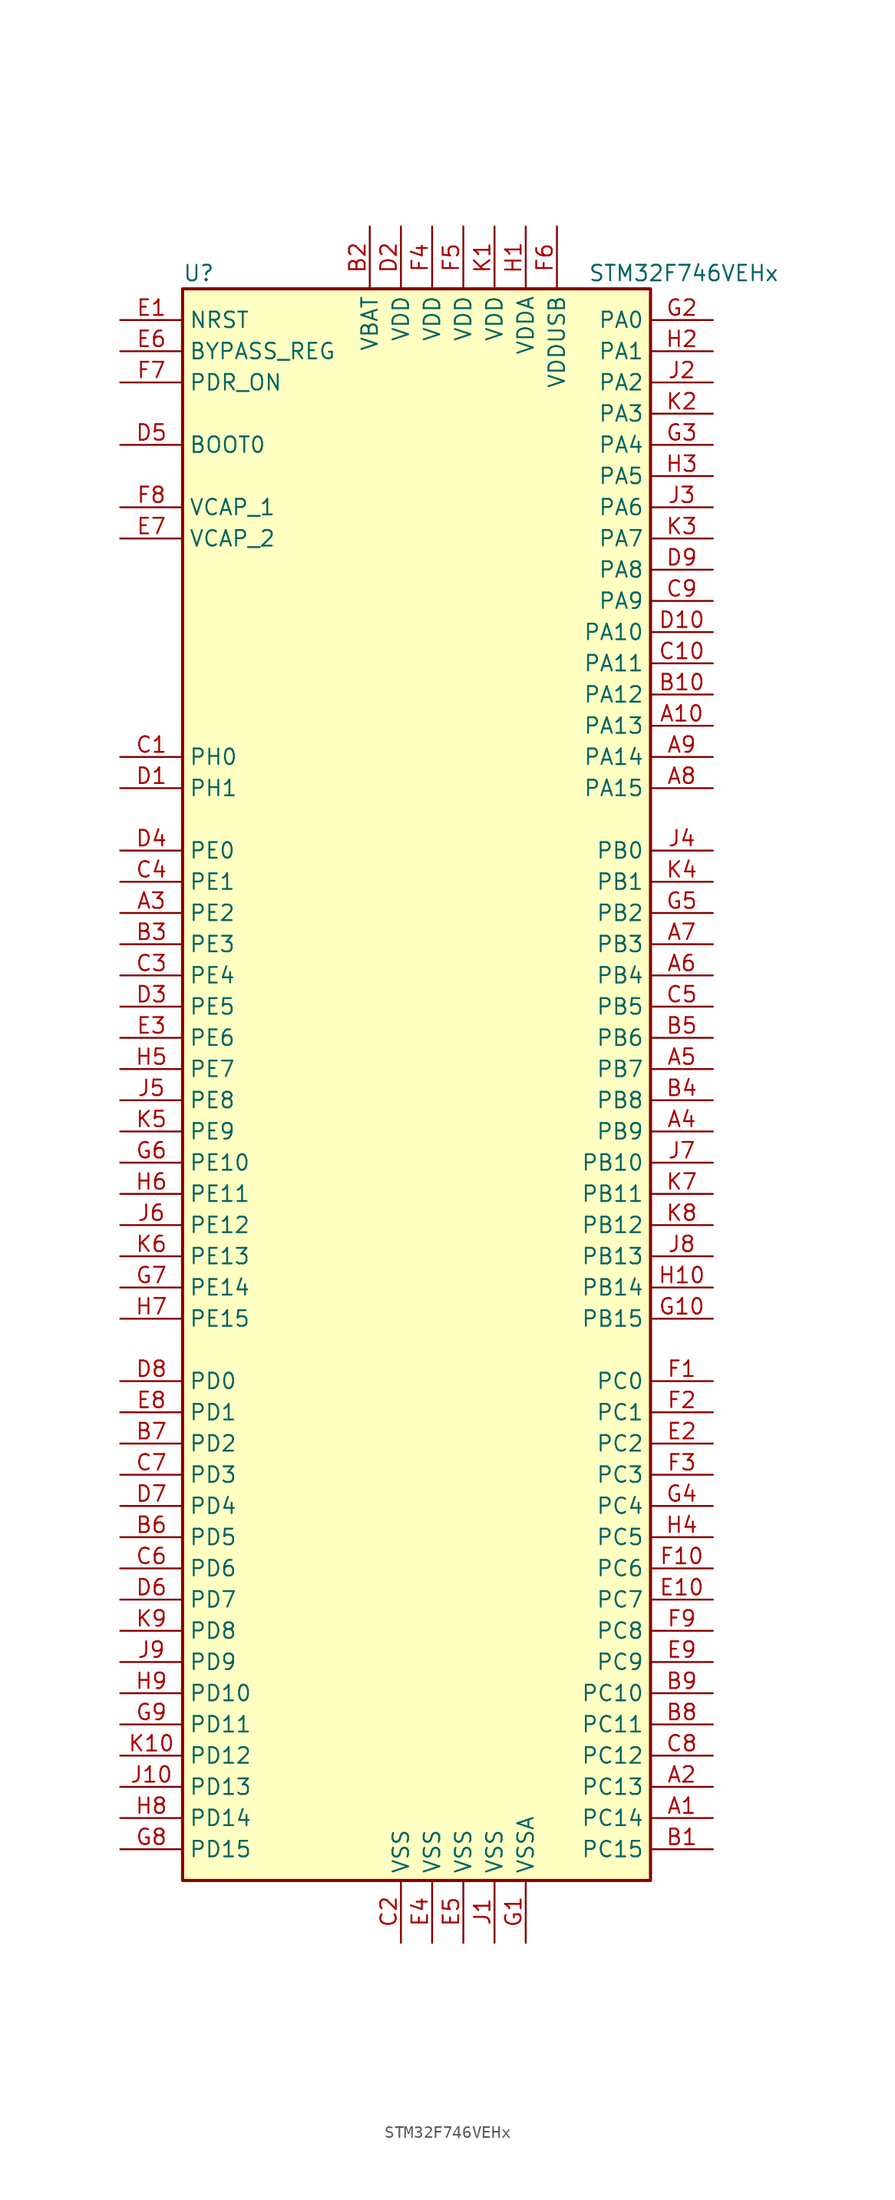
<source format=kicad_sym>
(kicad_symbol_lib
  (version 20220914)
  (generator kicad_symbol_editor)
  (symbol "STM32F746VEHx"
    (property "Reference" "U"
      (at -20.32 64.77 0)
      (effects (font (size 1.27 1.27)) (justify left)))
    (property "Value" "STM32F746VEHx"
      (at 12.7 64.77 0)
      (effects (font (size 1.27 1.27)) (justify left)))
    (symbol "STM32F746VEHx_0_1"
      (rectangle (start -20.32 -66.04) (end 17.78 63.5) (stroke (width 0.254) (type default)) (fill (type background))))
    (symbol "STM32F746VEHx_1_1"
      (pin bidirectional line (at 22.86 -60.96 180) (length 5.08) (name "PC14" (effects (font (size 1.27 1.27)))) (number "A1" (effects (font (size 1.27 1.27)))))
      (pin bidirectional line (at 22.86 27.94 180) (length 5.08) (name "PA13" (effects (font (size 1.27 1.27)))) (number "A10" (effects (font (size 1.27 1.27)))))
      (pin bidirectional line (at 22.86 -58.42 180) (length 5.08) (name "PC13" (effects (font (size 1.27 1.27)))) (number "A2" (effects (font (size 1.27 1.27)))))
      (pin bidirectional line (at -25.4 12.7 0) (length 5.08) (name "PE2" (effects (font (size 1.27 1.27)))) (number "A3" (effects (font (size 1.27 1.27)))))
      (pin bidirectional line (at 22.86 -5.08 180) (length 5.08) (name "PB9" (effects (font (size 1.27 1.27)))) (number "A4" (effects (font (size 1.27 1.27)))))
      (pin bidirectional line (at 22.86 0 180) (length 5.08) (name "PB7" (effects (font (size 1.27 1.27)))) (number "A5" (effects (font (size 1.27 1.27)))))
      (pin bidirectional line (at 22.86 7.62 180) (length 5.08) (name "PB4" (effects (font (size 1.27 1.27)))) (number "A6" (effects (font (size 1.27 1.27)))))
      (pin bidirectional line (at 22.86 10.16 180) (length 5.08) (name "PB3" (effects (font (size 1.27 1.27)))) (number "A7" (effects (font (size 1.27 1.27)))))
      (pin bidirectional line (at 22.86 22.86 180) (length 5.08) (name "PA15" (effects (font (size 1.27 1.27)))) (number "A8" (effects (font (size 1.27 1.27)))))
      (pin bidirectional line (at 22.86 25.4 180) (length 5.08) (name "PA14" (effects (font (size 1.27 1.27)))) (number "A9" (effects (font (size 1.27 1.27)))))
      (pin bidirectional line (at 22.86 -63.5 180) (length 5.08) (name "PC15" (effects (font (size 1.27 1.27)))) (number "B1" (effects (font (size 1.27 1.27)))))
      (pin bidirectional line (at 22.86 30.48 180) (length 5.08) (name "PA12" (effects (font (size 1.27 1.27)))) (number "B10" (effects (font (size 1.27 1.27)))))
      (pin power_in line (at -5.08 68.58 270) (length 5.08) (name "VBAT" (effects (font (size 1.27 1.27)))) (number "B2" (effects (font (size 1.27 1.27)))))
      (pin bidirectional line (at -25.4 10.16 0) (length 5.08) (name "PE3" (effects (font (size 1.27 1.27)))) (number "B3" (effects (font (size 1.27 1.27)))))
      (pin bidirectional line (at 22.86 -2.54 180) (length 5.08) (name "PB8" (effects (font (size 1.27 1.27)))) (number "B4" (effects (font (size 1.27 1.27)))))
      (pin bidirectional line (at 22.86 2.54 180) (length 5.08) (name "PB6" (effects (font (size 1.27 1.27)))) (number "B5" (effects (font (size 1.27 1.27)))))
      (pin bidirectional line (at -25.4 -38.1 0) (length 5.08) (name "PD5" (effects (font (size 1.27 1.27)))) (number "B6" (effects (font (size 1.27 1.27)))))
      (pin bidirectional line (at -25.4 -30.48 0) (length 5.08) (name "PD2" (effects (font (size 1.27 1.27)))) (number "B7" (effects (font (size 1.27 1.27)))))
      (pin bidirectional line (at 22.86 -53.34 180) (length 5.08) (name "PC11" (effects (font (size 1.27 1.27)))) (number "B8" (effects (font (size 1.27 1.27)))))
      (pin bidirectional line (at 22.86 -50.8 180) (length 5.08) (name "PC10" (effects (font (size 1.27 1.27)))) (number "B9" (effects (font (size 1.27 1.27)))))
      (pin input line (at -25.4 25.4 0) (length 5.08) (name "PH0" (effects (font (size 1.27 1.27)))) (number "C1" (effects (font (size 1.27 1.27)))))
      (pin bidirectional line (at 22.86 33.02 180) (length 5.08) (name "PA11" (effects (font (size 1.27 1.27)))) (number "C10" (effects (font (size 1.27 1.27)))))
      (pin power_in line (at -2.54 -71.12 90) (length 5.08) (name "VSS" (effects (font (size 1.27 1.27)))) (number "C2" (effects (font (size 1.27 1.27)))))
      (pin bidirectional line (at -25.4 7.62 0) (length 5.08) (name "PE4" (effects (font (size 1.27 1.27)))) (number "C3" (effects (font (size 1.27 1.27)))))
      (pin bidirectional line (at -25.4 15.24 0) (length 5.08) (name "PE1" (effects (font (size 1.27 1.27)))) (number "C4" (effects (font (size 1.27 1.27)))))
      (pin bidirectional line (at 22.86 5.08 180) (length 5.08) (name "PB5" (effects (font (size 1.27 1.27)))) (number "C5" (effects (font (size 1.27 1.27)))))
      (pin bidirectional line (at -25.4 -40.64 0) (length 5.08) (name "PD6" (effects (font (size 1.27 1.27)))) (number "C6" (effects (font (size 1.27 1.27)))))
      (pin bidirectional line (at -25.4 -33.02 0) (length 5.08) (name "PD3" (effects (font (size 1.27 1.27)))) (number "C7" (effects (font (size 1.27 1.27)))))
      (pin bidirectional line (at 22.86 -55.88 180) (length 5.08) (name "PC12" (effects (font (size 1.27 1.27)))) (number "C8" (effects (font (size 1.27 1.27)))))
      (pin bidirectional line (at 22.86 38.1 180) (length 5.08) (name "PA9" (effects (font (size 1.27 1.27)))) (number "C9" (effects (font (size 1.27 1.27)))))
      (pin input line (at -25.4 22.86 0) (length 5.08) (name "PH1" (effects (font (size 1.27 1.27)))) (number "D1" (effects (font (size 1.27 1.27)))))
      (pin bidirectional line (at 22.86 35.56 180) (length 5.08) (name "PA10" (effects (font (size 1.27 1.27)))) (number "D10" (effects (font (size 1.27 1.27)))))
      (pin power_in line (at -2.54 68.58 270) (length 5.08) (name "VDD" (effects (font (size 1.27 1.27)))) (number "D2" (effects (font (size 1.27 1.27)))))
      (pin bidirectional line (at -25.4 5.08 0) (length 5.08) (name "PE5" (effects (font (size 1.27 1.27)))) (number "D3" (effects (font (size 1.27 1.27)))))
      (pin bidirectional line (at -25.4 17.78 0) (length 5.08) (name "PE0" (effects (font (size 1.27 1.27)))) (number "D4" (effects (font (size 1.27 1.27)))))
      (pin input line (at -25.4 50.8 0) (length 5.08) (name "BOOT0" (effects (font (size 1.27 1.27)))) (number "D5" (effects (font (size 1.27 1.27)))))
      (pin bidirectional line (at -25.4 -43.18 0) (length 5.08) (name "PD7" (effects (font (size 1.27 1.27)))) (number "D6" (effects (font (size 1.27 1.27)))))
      (pin bidirectional line (at -25.4 -35.56 0) (length 5.08) (name "PD4" (effects (font (size 1.27 1.27)))) (number "D7" (effects (font (size 1.27 1.27)))))
      (pin bidirectional line (at -25.4 -25.4 0) (length 5.08) (name "PD0" (effects (font (size 1.27 1.27)))) (number "D8" (effects (font (size 1.27 1.27)))))
      (pin bidirectional line (at 22.86 40.64 180) (length 5.08) (name "PA8" (effects (font (size 1.27 1.27)))) (number "D9" (effects (font (size 1.27 1.27)))))
      (pin input line (at -25.4 60.96 0) (length 5.08) (name "NRST" (effects (font (size 1.27 1.27)))) (number "E1" (effects (font (size 1.27 1.27)))))
      (pin bidirectional line (at 22.86 -43.18 180) (length 5.08) (name "PC7" (effects (font (size 1.27 1.27)))) (number "E10" (effects (font (size 1.27 1.27)))))
      (pin bidirectional line (at 22.86 -30.48 180) (length 5.08) (name "PC2" (effects (font (size 1.27 1.27)))) (number "E2" (effects (font (size 1.27 1.27)))))
      (pin bidirectional line (at -25.4 2.54 0) (length 5.08) (name "PE6" (effects (font (size 1.27 1.27)))) (number "E3" (effects (font (size 1.27 1.27)))))
      (pin power_in line (at 0 -71.12 90) (length 5.08) (name "VSS" (effects (font (size 1.27 1.27)))) (number "E4" (effects (font (size 1.27 1.27)))))
      (pin power_in line (at 2.54 -71.12 90) (length 5.08) (name "VSS" (effects (font (size 1.27 1.27)))) (number "E5" (effects (font (size 1.27 1.27)))))
      (pin input line (at -25.4 58.42 0) (length 5.08) (name "BYPASS_REG" (effects (font (size 1.27 1.27)))) (number "E6" (effects (font (size 1.27 1.27)))))
      (pin power_in line (at -25.4 43.18 0) (length 5.08) (name "VCAP_2" (effects (font (size 1.27 1.27)))) (number "E7" (effects (font (size 1.27 1.27)))))
      (pin bidirectional line (at -25.4 -27.94 0) (length 5.08) (name "PD1" (effects (font (size 1.27 1.27)))) (number "E8" (effects (font (size 1.27 1.27)))))
      (pin bidirectional line (at 22.86 -48.26 180) (length 5.08) (name "PC9" (effects (font (size 1.27 1.27)))) (number "E9" (effects (font (size 1.27 1.27)))))
      (pin bidirectional line (at 22.86 -25.4 180) (length 5.08) (name "PC0" (effects (font (size 1.27 1.27)))) (number "F1" (effects (font (size 1.27 1.27)))))
      (pin bidirectional line (at 22.86 -40.64 180) (length 5.08) (name "PC6" (effects (font (size 1.27 1.27)))) (number "F10" (effects (font (size 1.27 1.27)))))
      (pin bidirectional line (at 22.86 -27.94 180) (length 5.08) (name "PC1" (effects (font (size 1.27 1.27)))) (number "F2" (effects (font (size 1.27 1.27)))))
      (pin bidirectional line (at 22.86 -33.02 180) (length 5.08) (name "PC3" (effects (font (size 1.27 1.27)))) (number "F3" (effects (font (size 1.27 1.27)))))
      (pin power_in line (at 0 68.58 270) (length 5.08) (name "VDD" (effects (font (size 1.27 1.27)))) (number "F4" (effects (font (size 1.27 1.27)))))
      (pin power_in line (at 2.54 68.58 270) (length 5.08) (name "VDD" (effects (font (size 1.27 1.27)))) (number "F5" (effects (font (size 1.27 1.27)))))
      (pin power_in line (at 10.16 68.58 270) (length 5.08) (name "VDDUSB" (effects (font (size 1.27 1.27)))) (number "F6" (effects (font (size 1.27 1.27)))))
      (pin input line (at -25.4 55.88 0) (length 5.08) (name "PDR_ON" (effects (font (size 1.27 1.27)))) (number "F7" (effects (font (size 1.27 1.27)))))
      (pin power_in line (at -25.4 45.72 0) (length 5.08) (name "VCAP_1" (effects (font (size 1.27 1.27)))) (number "F8" (effects (font (size 1.27 1.27)))))
      (pin bidirectional line (at 22.86 -45.72 180) (length 5.08) (name "PC8" (effects (font (size 1.27 1.27)))) (number "F9" (effects (font (size 1.27 1.27)))))
      (pin power_in line (at 7.62 -71.12 90) (length 5.08) (name "VSSA" (effects (font (size 1.27 1.27)))) (number "G1" (effects (font (size 1.27 1.27)))))
      (pin bidirectional line (at 22.86 -20.32 180) (length 5.08) (name "PB15" (effects (font (size 1.27 1.27)))) (number "G10" (effects (font (size 1.27 1.27)))))
      (pin bidirectional line (at 22.86 60.96 180) (length 5.08) (name "PA0" (effects (font (size 1.27 1.27)))) (number "G2" (effects (font (size 1.27 1.27)))))
      (pin bidirectional line (at 22.86 50.8 180) (length 5.08) (name "PA4" (effects (font (size 1.27 1.27)))) (number "G3" (effects (font (size 1.27 1.27)))))
      (pin bidirectional line (at 22.86 -35.56 180) (length 5.08) (name "PC4" (effects (font (size 1.27 1.27)))) (number "G4" (effects (font (size 1.27 1.27)))))
      (pin bidirectional line (at 22.86 12.7 180) (length 5.08) (name "PB2" (effects (font (size 1.27 1.27)))) (number "G5" (effects (font (size 1.27 1.27)))))
      (pin bidirectional line (at -25.4 -7.62 0) (length 5.08) (name "PE10" (effects (font (size 1.27 1.27)))) (number "G6" (effects (font (size 1.27 1.27)))))
      (pin bidirectional line (at -25.4 -17.78 0) (length 5.08) (name "PE14" (effects (font (size 1.27 1.27)))) (number "G7" (effects (font (size 1.27 1.27)))))
      (pin bidirectional line (at -25.4 -63.5 0) (length 5.08) (name "PD15" (effects (font (size 1.27 1.27)))) (number "G8" (effects (font (size 1.27 1.27)))))
      (pin bidirectional line (at -25.4 -53.34 0) (length 5.08) (name "PD11" (effects (font (size 1.27 1.27)))) (number "G9" (effects (font (size 1.27 1.27)))))
      (pin power_in line (at 7.62 68.58 270) (length 5.08) (name "VDDA" (effects (font (size 1.27 1.27)))) (number "H1" (effects (font (size 1.27 1.27)))))
      (pin bidirectional line (at 22.86 -17.78 180) (length 5.08) (name "PB14" (effects (font (size 1.27 1.27)))) (number "H10" (effects (font (size 1.27 1.27)))))
      (pin bidirectional line (at 22.86 58.42 180) (length 5.08) (name "PA1" (effects (font (size 1.27 1.27)))) (number "H2" (effects (font (size 1.27 1.27)))))
      (pin bidirectional line (at 22.86 48.26 180) (length 5.08) (name "PA5" (effects (font (size 1.27 1.27)))) (number "H3" (effects (font (size 1.27 1.27)))))
      (pin bidirectional line (at 22.86 -38.1 180) (length 5.08) (name "PC5" (effects (font (size 1.27 1.27)))) (number "H4" (effects (font (size 1.27 1.27)))))
      (pin bidirectional line (at -25.4 0 0) (length 5.08) (name "PE7" (effects (font (size 1.27 1.27)))) (number "H5" (effects (font (size 1.27 1.27)))))
      (pin bidirectional line (at -25.4 -10.16 0) (length 5.08) (name "PE11" (effects (font (size 1.27 1.27)))) (number "H6" (effects (font (size 1.27 1.27)))))
      (pin bidirectional line (at -25.4 -20.32 0) (length 5.08) (name "PE15" (effects (font (size 1.27 1.27)))) (number "H7" (effects (font (size 1.27 1.27)))))
      (pin bidirectional line (at -25.4 -60.96 0) (length 5.08) (name "PD14" (effects (font (size 1.27 1.27)))) (number "H8" (effects (font (size 1.27 1.27)))))
      (pin bidirectional line (at -25.4 -50.8 0) (length 5.08) (name "PD10" (effects (font (size 1.27 1.27)))) (number "H9" (effects (font (size 1.27 1.27)))))
      (pin power_in line (at 5.08 -71.12 90) (length 5.08) (name "VSS" (effects (font (size 1.27 1.27)))) (number "J1" (effects (font (size 1.27 1.27)))))
      (pin bidirectional line (at -25.4 -58.42 0) (length 5.08) (name "PD13" (effects (font (size 1.27 1.27)))) (number "J10" (effects (font (size 1.27 1.27)))))
      (pin bidirectional line (at 22.86 55.88 180) (length 5.08) (name "PA2" (effects (font (size 1.27 1.27)))) (number "J2" (effects (font (size 1.27 1.27)))))
      (pin bidirectional line (at 22.86 45.72 180) (length 5.08) (name "PA6" (effects (font (size 1.27 1.27)))) (number "J3" (effects (font (size 1.27 1.27)))))
      (pin bidirectional line (at 22.86 17.78 180) (length 5.08) (name "PB0" (effects (font (size 1.27 1.27)))) (number "J4" (effects (font (size 1.27 1.27)))))
      (pin bidirectional line (at -25.4 -2.54 0) (length 5.08) (name "PE8" (effects (font (size 1.27 1.27)))) (number "J5" (effects (font (size 1.27 1.27)))))
      (pin bidirectional line (at -25.4 -12.7 0) (length 5.08) (name "PE12" (effects (font (size 1.27 1.27)))) (number "J6" (effects (font (size 1.27 1.27)))))
      (pin bidirectional line (at 22.86 -7.62 180) (length 5.08) (name "PB10" (effects (font (size 1.27 1.27)))) (number "J7" (effects (font (size 1.27 1.27)))))
      (pin bidirectional line (at 22.86 -15.24 180) (length 5.08) (name "PB13" (effects (font (size 1.27 1.27)))) (number "J8" (effects (font (size 1.27 1.27)))))
      (pin bidirectional line (at -25.4 -48.26 0) (length 5.08) (name "PD9" (effects (font (size 1.27 1.27)))) (number "J9" (effects (font (size 1.27 1.27)))))
      (pin power_in line (at 5.08 68.58 270) (length 5.08) (name "VDD" (effects (font (size 1.27 1.27)))) (number "K1" (effects (font (size 1.27 1.27)))))
      (pin bidirectional line (at -25.4 -55.88 0) (length 5.08) (name "PD12" (effects (font (size 1.27 1.27)))) (number "K10" (effects (font (size 1.27 1.27)))))
      (pin bidirectional line (at 22.86 53.34 180) (length 5.08) (name "PA3" (effects (font (size 1.27 1.27)))) (number "K2" (effects (font (size 1.27 1.27)))))
      (pin bidirectional line (at 22.86 43.18 180) (length 5.08) (name "PA7" (effects (font (size 1.27 1.27)))) (number "K3" (effects (font (size 1.27 1.27)))))
      (pin bidirectional line (at 22.86 15.24 180) (length 5.08) (name "PB1" (effects (font (size 1.27 1.27)))) (number "K4" (effects (font (size 1.27 1.27)))))
      (pin bidirectional line (at -25.4 -5.08 0) (length 5.08) (name "PE9" (effects (font (size 1.27 1.27)))) (number "K5" (effects (font (size 1.27 1.27)))))
      (pin bidirectional line (at -25.4 -15.24 0) (length 5.08) (name "PE13" (effects (font (size 1.27 1.27)))) (number "K6" (effects (font (size 1.27 1.27)))))
      (pin bidirectional line (at 22.86 -10.16 180) (length 5.08) (name "PB11" (effects (font (size 1.27 1.27)))) (number "K7" (effects (font (size 1.27 1.27)))))
      (pin bidirectional line (at 22.86 -12.7 180) (length 5.08) (name "PB12" (effects (font (size 1.27 1.27)))) (number "K8" (effects (font (size 1.27 1.27)))))
      (pin bidirectional line (at -25.4 -45.72 0) (length 5.08) (name "PD8" (effects (font (size 1.27 1.27)))) (number "K9" (effects (font (size 1.27 1.27))))))))
</source>
